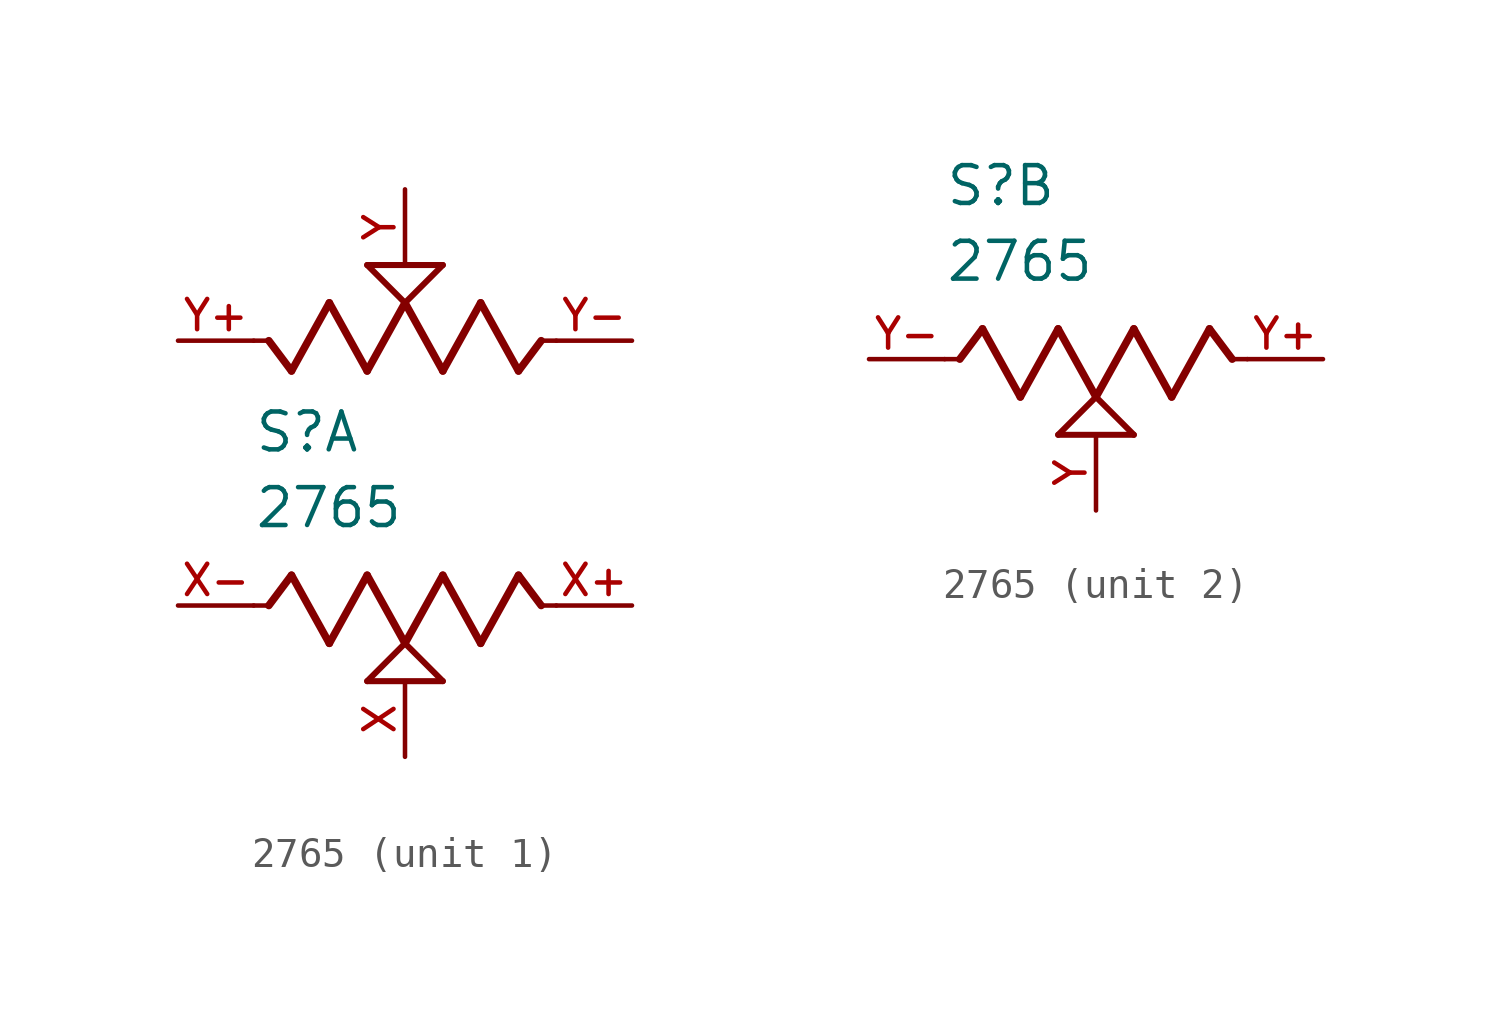
<source format=kicad_sym>
(kicad_symbol_lib
  (version 20231120)
  (generator "kicad_symbol_editor")
  (generator_version "8.0")
  (symbol "2765"
    (pin_names
      (offset 1.016))
    (property "Reference" "S"
      (at -5.08 5.08 0)
      (effects (font (size 1.27 1.27)) (justify left bottom)))
    (property "Value" "2765"
      (at -5.08 2.54 0)
      (effects (font (size 1.27 1.27)) (justify left bottom)))
    (symbol "2765_1_0"
      (polyline (pts (xy -5.08 0) (xy -4.572 0)) (stroke (width 0.152) (type default)) (fill (type none)))
      (polyline (pts (xy -4.572 0) (xy -3.81 1.016)) (stroke (width 0.254) (type default)) (fill (type none)))
      (polyline (pts (xy -4.572 8.89) (xy -5.08 8.89)) (stroke (width 0.152) (type default)) (fill (type none)))
      (polyline (pts (xy -3.81 1.016) (xy -2.54 -1.27)) (stroke (width 0.254) (type default)) (fill (type none)))
      (polyline (pts (xy -3.81 7.874) (xy -4.572 8.89)) (stroke (width 0.254) (type default)) (fill (type none)))
      (polyline (pts (xy -2.54 -1.27) (xy -1.27 1.016)) (stroke (width 0.254) (type default)) (fill (type none)))
      (polyline (pts (xy -2.54 10.16) (xy -3.81 7.874)) (stroke (width 0.254) (type default)) (fill (type none)))
      (polyline (pts (xy -1.27 -2.54) (xy 0 -1.27)) (stroke (width 0.203) (type default)) (fill (type none)))
      (polyline (pts (xy -1.27 1.016) (xy 0 -1.27)) (stroke (width 0.254) (type default)) (fill (type none)))
      (polyline (pts (xy -1.27 7.874) (xy -2.54 10.16)) (stroke (width 0.254) (type default)) (fill (type none)))
      (polyline (pts (xy -1.27 11.43) (xy 1.27 11.43)) (stroke (width 0.203) (type default)) (fill (type none)))
      (polyline (pts (xy 0 -1.27) (xy 1.27 -2.54)) (stroke (width 0.203) (type default)) (fill (type none)))
      (polyline (pts (xy 0 -1.27) (xy 1.27 1.016)) (stroke (width 0.254) (type default)) (fill (type none)))
      (polyline (pts (xy 0 10.16) (xy -1.27 7.874)) (stroke (width 0.254) (type default)) (fill (type none)))
      (polyline (pts (xy 0 10.16) (xy -1.27 11.43)) (stroke (width 0.203) (type default)) (fill (type none)))
      (polyline (pts (xy 1.27 -2.54) (xy -1.27 -2.54)) (stroke (width 0.203) (type default)) (fill (type none)))
      (polyline (pts (xy 1.27 1.016) (xy 2.54 -1.27)) (stroke (width 0.254) (type default)) (fill (type none)))
      (polyline (pts (xy 1.27 7.874) (xy 0 10.16)) (stroke (width 0.254) (type default)) (fill (type none)))
      (polyline (pts (xy 1.27 11.43) (xy 0 10.16)) (stroke (width 0.203) (type default)) (fill (type none)))
      (polyline (pts (xy 2.54 -1.27) (xy 3.81 1.016)) (stroke (width 0.254) (type default)) (fill (type none)))
      (polyline (pts (xy 2.54 10.16) (xy 1.27 7.874)) (stroke (width 0.254) (type default)) (fill (type none)))
      (polyline (pts (xy 3.81 1.016) (xy 4.572 0)) (stroke (width 0.254) (type default)) (fill (type none)))
      (polyline (pts (xy 3.81 7.874) (xy 2.54 10.16)) (stroke (width 0.254) (type default)) (fill (type none)))
      (polyline (pts (xy 4.572 0) (xy 5.08 0)) (stroke (width 0.152) (type default)) (fill (type none)))
      (polyline (pts (xy 4.572 8.89) (xy 3.81 7.874)) (stroke (width 0.254) (type default)) (fill (type none)))
      (polyline (pts (xy 5.08 8.89) (xy 4.572 8.89)) (stroke (width 0.152) (type default)) (fill (type none)))
      (pin passive line (at 0 -5.08 90) (length 2.54) (name "~" (effects (font (size 1.016 1.016)))) (number "X" (effects (font (size 1.016 1.016)))))
      (pin passive line (at 7.62 0 180) (length 2.54) (name "~" (effects (font (size 1.016 1.016)))) (number "X+" (effects (font (size 1.016 1.016)))))
      (pin passive line (at -7.62 0 0) (length 2.54) (name "~" (effects (font (size 1.016 1.016)))) (number "X-" (effects (font (size 1.016 1.016)))))
      (pin passive line (at 0 13.97 270) (length 2.54) (name "~" (effects (font (size 1.016 1.016)))) (number "Y" (effects (font (size 1.016 1.016)))))
      (pin passive line (at -7.62 8.89 0) (length 2.54) (name "~" (effects (font (size 1.016 1.016)))) (number "Y+" (effects (font (size 1.016 1.016)))))
      (pin passive line (at 7.62 8.89 180) (length 2.54) (name "~" (effects (font (size 1.016 1.016)))) (number "Y-" (effects (font (size 1.016 1.016))))))
    (symbol "2765_2_0"
      (polyline (pts (xy -5.08 0) (xy -4.572 0)) (stroke (width 0.152) (type default)) (fill (type none)))
      (polyline (pts (xy -4.572 0) (xy -3.81 1.016)) (stroke (width 0.254) (type default)) (fill (type none)))
      (polyline (pts (xy -3.81 1.016) (xy -2.54 -1.27)) (stroke (width 0.254) (type default)) (fill (type none)))
      (polyline (pts (xy -2.54 -1.27) (xy -1.27 1.016)) (stroke (width 0.254) (type default)) (fill (type none)))
      (polyline (pts (xy -1.27 -2.54) (xy 0 -1.27)) (stroke (width 0.203) (type default)) (fill (type none)))
      (polyline (pts (xy -1.27 1.016) (xy 0 -1.27)) (stroke (width 0.254) (type default)) (fill (type none)))
      (polyline (pts (xy 0 -1.27) (xy 1.27 -2.54)) (stroke (width 0.203) (type default)) (fill (type none)))
      (polyline (pts (xy 0 -1.27) (xy 1.27 1.016)) (stroke (width 0.254) (type default)) (fill (type none)))
      (polyline (pts (xy 1.27 -2.54) (xy -1.27 -2.54)) (stroke (width 0.203) (type default)) (fill (type none)))
      (polyline (pts (xy 1.27 1.016) (xy 2.54 -1.27)) (stroke (width 0.254) (type default)) (fill (type none)))
      (polyline (pts (xy 2.54 -1.27) (xy 3.81 1.016)) (stroke (width 0.254) (type default)) (fill (type none)))
      (polyline (pts (xy 3.81 1.016) (xy 4.572 0)) (stroke (width 0.254) (type default)) (fill (type none)))
      (polyline (pts (xy 4.572 0) (xy 5.08 0)) (stroke (width 0.152) (type default)) (fill (type none)))
      (pin passive line (at 0 -5.08 90) (length 2.54) (name "~" (effects (font (size 1.016 1.016)))) (number "Y" (effects (font (size 1.016 1.016)))))
      (pin passive line (at 7.62 0 180) (length 2.54) (name "~" (effects (font (size 1.016 1.016)))) (number "Y+" (effects (font (size 1.016 1.016)))))
      (pin passive line (at -7.62 0 0) (length 2.54) (name "~" (effects (font (size 1.016 1.016)))) (number "Y-" (effects (font (size 1.016 1.016))))))))
</source>
